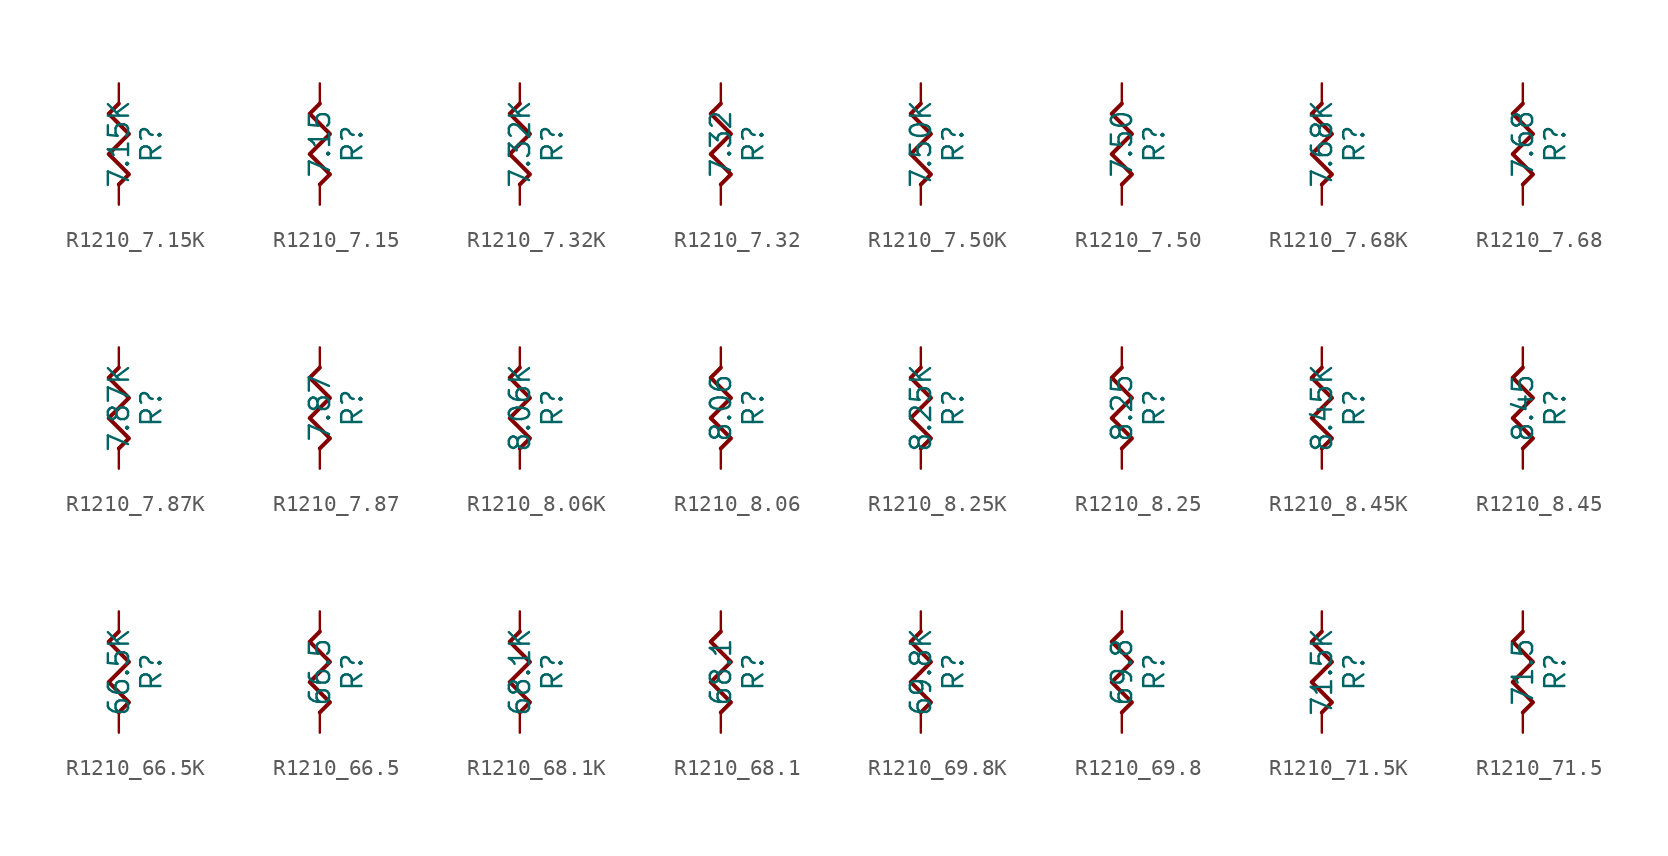
<source format=kicad_sym>
(kicad_symbol_lib
  (version 20211014)
  (generator atlantix-eda)
  (symbol "R1210_7.15K"
    (pin_numbers hide)
    (pin_names
      (offset 0))
    (property "Reference" "R"
      (at 2.032 0 90)
      (effects (font (size 1.27 1.27))))
    (property "Value" "7.15K"
      (at 0 0 90)
      (effects (font (size 1.27 1.27))))
    (symbol "R1210_7.15K_0_1"
      (polyline (pts (xy 0 -2.54) (xy 0.635 -1.905) (xy -0.635 -0.635) (xy 0.635 0.635) (xy -0.635 1.905) (xy 0 2.54)) (stroke (width 0.254) (type default) (color 0 0 0 0)) (fill (type none))))
    (symbol "R1210_7.15K_1_1"
      (pin passive line (at 0 3.81 270) (length 1.27) (name "~" (effects (font (size 1.27 1.27)))) (number "1" (effects (font (size 1.27 1.27)))))
      (pin passive line (at 0 -3.81 90) (length 1.27) (name "~" (effects (font (size 1.27 1.27)))) (number "2" (effects (font (size 1.27 1.27)))))))
  (symbol "R1210_7.15"
    (pin_numbers hide)
    (pin_names
      (offset 0))
    (property "Reference" "R"
      (at 2.032 0 90)
      (effects (font (size 1.27 1.27))))
    (property "Value" "7.15"
      (at 0 0 90)
      (effects (font (size 1.27 1.27))))
    (symbol "R1210_7.15_0_1"
      (polyline (pts (xy 0 -2.54) (xy 0.635 -1.905) (xy -0.635 -0.635) (xy 0.635 0.635) (xy -0.635 1.905) (xy 0 2.54)) (stroke (width 0.254) (type default) (color 0 0 0 0)) (fill (type none))))
    (symbol "R1210_7.15_1_1"
      (pin passive line (at 0 3.81 270) (length 1.27) (name "~" (effects (font (size 1.27 1.27)))) (number "1" (effects (font (size 1.27 1.27)))))
      (pin passive line (at 0 -3.81 90) (length 1.27) (name "~" (effects (font (size 1.27 1.27)))) (number "2" (effects (font (size 1.27 1.27)))))))
  (symbol "R1210_7.32K"
    (pin_numbers hide)
    (pin_names
      (offset 0))
    (property "Reference" "R"
      (at 2.032 0 90)
      (effects (font (size 1.27 1.27))))
    (property "Value" "7.32K"
      (at 0 0 90)
      (effects (font (size 1.27 1.27))))
    (symbol "R1210_7.32K_0_1"
      (polyline (pts (xy 0 -2.54) (xy 0.635 -1.905) (xy -0.635 -0.635) (xy 0.635 0.635) (xy -0.635 1.905) (xy 0 2.54)) (stroke (width 0.254) (type default) (color 0 0 0 0)) (fill (type none))))
    (symbol "R1210_7.32K_1_1"
      (pin passive line (at 0 3.81 270) (length 1.27) (name "~" (effects (font (size 1.27 1.27)))) (number "1" (effects (font (size 1.27 1.27)))))
      (pin passive line (at 0 -3.81 90) (length 1.27) (name "~" (effects (font (size 1.27 1.27)))) (number "2" (effects (font (size 1.27 1.27)))))))
  (symbol "R1210_7.32"
    (pin_numbers hide)
    (pin_names
      (offset 0))
    (property "Reference" "R"
      (at 2.032 0 90)
      (effects (font (size 1.27 1.27))))
    (property "Value" "7.32"
      (at 0 0 90)
      (effects (font (size 1.27 1.27))))
    (symbol "R1210_7.32_0_1"
      (polyline (pts (xy 0 -2.54) (xy 0.635 -1.905) (xy -0.635 -0.635) (xy 0.635 0.635) (xy -0.635 1.905) (xy 0 2.54)) (stroke (width 0.254) (type default) (color 0 0 0 0)) (fill (type none))))
    (symbol "R1210_7.32_1_1"
      (pin passive line (at 0 3.81 270) (length 1.27) (name "~" (effects (font (size 1.27 1.27)))) (number "1" (effects (font (size 1.27 1.27)))))
      (pin passive line (at 0 -3.81 90) (length 1.27) (name "~" (effects (font (size 1.27 1.27)))) (number "2" (effects (font (size 1.27 1.27)))))))
  (symbol "R1210_7.50K"
    (pin_numbers hide)
    (pin_names
      (offset 0))
    (property "Reference" "R"
      (at 2.032 0 90)
      (effects (font (size 1.27 1.27))))
    (property "Value" "7.50K"
      (at 0 0 90)
      (effects (font (size 1.27 1.27))))
    (symbol "R1210_7.50K_0_1"
      (polyline (pts (xy 0 -2.54) (xy 0.635 -1.905) (xy -0.635 -0.635) (xy 0.635 0.635) (xy -0.635 1.905) (xy 0 2.54)) (stroke (width 0.254) (type default) (color 0 0 0 0)) (fill (type none))))
    (symbol "R1210_7.50K_1_1"
      (pin passive line (at 0 3.81 270) (length 1.27) (name "~" (effects (font (size 1.27 1.27)))) (number "1" (effects (font (size 1.27 1.27)))))
      (pin passive line (at 0 -3.81 90) (length 1.27) (name "~" (effects (font (size 1.27 1.27)))) (number "2" (effects (font (size 1.27 1.27)))))))
  (symbol "R1210_7.50"
    (pin_numbers hide)
    (pin_names
      (offset 0))
    (property "Reference" "R"
      (at 2.032 0 90)
      (effects (font (size 1.27 1.27))))
    (property "Value" "7.50"
      (at 0 0 90)
      (effects (font (size 1.27 1.27))))
    (symbol "R1210_7.50_0_1"
      (polyline (pts (xy 0 -2.54) (xy 0.635 -1.905) (xy -0.635 -0.635) (xy 0.635 0.635) (xy -0.635 1.905) (xy 0 2.54)) (stroke (width 0.254) (type default) (color 0 0 0 0)) (fill (type none))))
    (symbol "R1210_7.50_1_1"
      (pin passive line (at 0 3.81 270) (length 1.27) (name "~" (effects (font (size 1.27 1.27)))) (number "1" (effects (font (size 1.27 1.27)))))
      (pin passive line (at 0 -3.81 90) (length 1.27) (name "~" (effects (font (size 1.27 1.27)))) (number "2" (effects (font (size 1.27 1.27)))))))
  (symbol "R1210_7.68K"
    (pin_numbers hide)
    (pin_names
      (offset 0))
    (property "Reference" "R"
      (at 2.032 0 90)
      (effects (font (size 1.27 1.27))))
    (property "Value" "7.68K"
      (at 0 0 90)
      (effects (font (size 1.27 1.27))))
    (symbol "R1210_7.68K_0_1"
      (polyline (pts (xy 0 -2.54) (xy 0.635 -1.905) (xy -0.635 -0.635) (xy 0.635 0.635) (xy -0.635 1.905) (xy 0 2.54)) (stroke (width 0.254) (type default) (color 0 0 0 0)) (fill (type none))))
    (symbol "R1210_7.68K_1_1"
      (pin passive line (at 0 3.81 270) (length 1.27) (name "~" (effects (font (size 1.27 1.27)))) (number "1" (effects (font (size 1.27 1.27)))))
      (pin passive line (at 0 -3.81 90) (length 1.27) (name "~" (effects (font (size 1.27 1.27)))) (number "2" (effects (font (size 1.27 1.27)))))))
  (symbol "R1210_7.68"
    (pin_numbers hide)
    (pin_names
      (offset 0))
    (property "Reference" "R"
      (at 2.032 0 90)
      (effects (font (size 1.27 1.27))))
    (property "Value" "7.68"
      (at 0 0 90)
      (effects (font (size 1.27 1.27))))
    (symbol "R1210_7.68_0_1"
      (polyline (pts (xy 0 -2.54) (xy 0.635 -1.905) (xy -0.635 -0.635) (xy 0.635 0.635) (xy -0.635 1.905) (xy 0 2.54)) (stroke (width 0.254) (type default) (color 0 0 0 0)) (fill (type none))))
    (symbol "R1210_7.68_1_1"
      (pin passive line (at 0 3.81 270) (length 1.27) (name "~" (effects (font (size 1.27 1.27)))) (number "1" (effects (font (size 1.27 1.27)))))
      (pin passive line (at 0 -3.81 90) (length 1.27) (name "~" (effects (font (size 1.27 1.27)))) (number "2" (effects (font (size 1.27 1.27)))))))
  (symbol "R1210_7.87K"
    (pin_numbers hide)
    (pin_names
      (offset 0))
    (property "Reference" "R"
      (at 2.032 0 90)
      (effects (font (size 1.27 1.27))))
    (property "Value" "7.87K"
      (at 0 0 90)
      (effects (font (size 1.27 1.27))))
    (symbol "R1210_7.87K_0_1"
      (polyline (pts (xy 0 -2.54) (xy 0.635 -1.905) (xy -0.635 -0.635) (xy 0.635 0.635) (xy -0.635 1.905) (xy 0 2.54)) (stroke (width 0.254) (type default) (color 0 0 0 0)) (fill (type none))))
    (symbol "R1210_7.87K_1_1"
      (pin passive line (at 0 3.81 270) (length 1.27) (name "~" (effects (font (size 1.27 1.27)))) (number "1" (effects (font (size 1.27 1.27)))))
      (pin passive line (at 0 -3.81 90) (length 1.27) (name "~" (effects (font (size 1.27 1.27)))) (number "2" (effects (font (size 1.27 1.27)))))))
  (symbol "R1210_7.87"
    (pin_numbers hide)
    (pin_names
      (offset 0))
    (property "Reference" "R"
      (at 2.032 0 90)
      (effects (font (size 1.27 1.27))))
    (property "Value" "7.87"
      (at 0 0 90)
      (effects (font (size 1.27 1.27))))
    (symbol "R1210_7.87_0_1"
      (polyline (pts (xy 0 -2.54) (xy 0.635 -1.905) (xy -0.635 -0.635) (xy 0.635 0.635) (xy -0.635 1.905) (xy 0 2.54)) (stroke (width 0.254) (type default) (color 0 0 0 0)) (fill (type none))))
    (symbol "R1210_7.87_1_1"
      (pin passive line (at 0 3.81 270) (length 1.27) (name "~" (effects (font (size 1.27 1.27)))) (number "1" (effects (font (size 1.27 1.27)))))
      (pin passive line (at 0 -3.81 90) (length 1.27) (name "~" (effects (font (size 1.27 1.27)))) (number "2" (effects (font (size 1.27 1.27)))))))
  (symbol "R1210_8.06K"
    (pin_numbers hide)
    (pin_names
      (offset 0))
    (property "Reference" "R"
      (at 2.032 0 90)
      (effects (font (size 1.27 1.27))))
    (property "Value" "8.06K"
      (at 0 0 90)
      (effects (font (size 1.27 1.27))))
    (symbol "R1210_8.06K_0_1"
      (polyline (pts (xy 0 -2.54) (xy 0.635 -1.905) (xy -0.635 -0.635) (xy 0.635 0.635) (xy -0.635 1.905) (xy 0 2.54)) (stroke (width 0.254) (type default) (color 0 0 0 0)) (fill (type none))))
    (symbol "R1210_8.06K_1_1"
      (pin passive line (at 0 3.81 270) (length 1.27) (name "~" (effects (font (size 1.27 1.27)))) (number "1" (effects (font (size 1.27 1.27)))))
      (pin passive line (at 0 -3.81 90) (length 1.27) (name "~" (effects (font (size 1.27 1.27)))) (number "2" (effects (font (size 1.27 1.27)))))))
  (symbol "R1210_8.06"
    (pin_numbers hide)
    (pin_names
      (offset 0))
    (property "Reference" "R"
      (at 2.032 0 90)
      (effects (font (size 1.27 1.27))))
    (property "Value" "8.06"
      (at 0 0 90)
      (effects (font (size 1.27 1.27))))
    (symbol "R1210_8.06_0_1"
      (polyline (pts (xy 0 -2.54) (xy 0.635 -1.905) (xy -0.635 -0.635) (xy 0.635 0.635) (xy -0.635 1.905) (xy 0 2.54)) (stroke (width 0.254) (type default) (color 0 0 0 0)) (fill (type none))))
    (symbol "R1210_8.06_1_1"
      (pin passive line (at 0 3.81 270) (length 1.27) (name "~" (effects (font (size 1.27 1.27)))) (number "1" (effects (font (size 1.27 1.27)))))
      (pin passive line (at 0 -3.81 90) (length 1.27) (name "~" (effects (font (size 1.27 1.27)))) (number "2" (effects (font (size 1.27 1.27)))))))
  (symbol "R1210_8.25K"
    (pin_numbers hide)
    (pin_names
      (offset 0))
    (property "Reference" "R"
      (at 2.032 0 90)
      (effects (font (size 1.27 1.27))))
    (property "Value" "8.25K"
      (at 0 0 90)
      (effects (font (size 1.27 1.27))))
    (symbol "R1210_8.25K_0_1"
      (polyline (pts (xy 0 -2.54) (xy 0.635 -1.905) (xy -0.635 -0.635) (xy 0.635 0.635) (xy -0.635 1.905) (xy 0 2.54)) (stroke (width 0.254) (type default) (color 0 0 0 0)) (fill (type none))))
    (symbol "R1210_8.25K_1_1"
      (pin passive line (at 0 3.81 270) (length 1.27) (name "~" (effects (font (size 1.27 1.27)))) (number "1" (effects (font (size 1.27 1.27)))))
      (pin passive line (at 0 -3.81 90) (length 1.27) (name "~" (effects (font (size 1.27 1.27)))) (number "2" (effects (font (size 1.27 1.27)))))))
  (symbol "R1210_8.25"
    (pin_numbers hide)
    (pin_names
      (offset 0))
    (property "Reference" "R"
      (at 2.032 0 90)
      (effects (font (size 1.27 1.27))))
    (property "Value" "8.25"
      (at 0 0 90)
      (effects (font (size 1.27 1.27))))
    (symbol "R1210_8.25_0_1"
      (polyline (pts (xy 0 -2.54) (xy 0.635 -1.905) (xy -0.635 -0.635) (xy 0.635 0.635) (xy -0.635 1.905) (xy 0 2.54)) (stroke (width 0.254) (type default) (color 0 0 0 0)) (fill (type none))))
    (symbol "R1210_8.25_1_1"
      (pin passive line (at 0 3.81 270) (length 1.27) (name "~" (effects (font (size 1.27 1.27)))) (number "1" (effects (font (size 1.27 1.27)))))
      (pin passive line (at 0 -3.81 90) (length 1.27) (name "~" (effects (font (size 1.27 1.27)))) (number "2" (effects (font (size 1.27 1.27)))))))
  (symbol "R1210_8.45K"
    (pin_numbers hide)
    (pin_names
      (offset 0))
    (property "Reference" "R"
      (at 2.032 0 90)
      (effects (font (size 1.27 1.27))))
    (property "Value" "8.45K"
      (at 0 0 90)
      (effects (font (size 1.27 1.27))))
    (symbol "R1210_8.45K_0_1"
      (polyline (pts (xy 0 -2.54) (xy 0.635 -1.905) (xy -0.635 -0.635) (xy 0.635 0.635) (xy -0.635 1.905) (xy 0 2.54)) (stroke (width 0.254) (type default) (color 0 0 0 0)) (fill (type none))))
    (symbol "R1210_8.45K_1_1"
      (pin passive line (at 0 3.81 270) (length 1.27) (name "~" (effects (font (size 1.27 1.27)))) (number "1" (effects (font (size 1.27 1.27)))))
      (pin passive line (at 0 -3.81 90) (length 1.27) (name "~" (effects (font (size 1.27 1.27)))) (number "2" (effects (font (size 1.27 1.27)))))))
  (symbol "R1210_8.45"
    (pin_numbers hide)
    (pin_names
      (offset 0))
    (property "Reference" "R"
      (at 2.032 0 90)
      (effects (font (size 1.27 1.27))))
    (property "Value" "8.45"
      (at 0 0 90)
      (effects (font (size 1.27 1.27))))
    (symbol "R1210_8.45_0_1"
      (polyline (pts (xy 0 -2.54) (xy 0.635 -1.905) (xy -0.635 -0.635) (xy 0.635 0.635) (xy -0.635 1.905) (xy 0 2.54)) (stroke (width 0.254) (type default) (color 0 0 0 0)) (fill (type none))))
    (symbol "R1210_8.45_1_1"
      (pin passive line (at 0 3.81 270) (length 1.27) (name "~" (effects (font (size 1.27 1.27)))) (number "1" (effects (font (size 1.27 1.27)))))
      (pin passive line (at 0 -3.81 90) (length 1.27) (name "~" (effects (font (size 1.27 1.27)))) (number "2" (effects (font (size 1.27 1.27)))))))
  (symbol "R1210_66.5K"
    (pin_numbers hide)
    (pin_names
      (offset 0))
    (property "Reference" "R"
      (at 2.032 0 90)
      (effects (font (size 1.27 1.27))))
    (property "Value" "66.5K"
      (at 0 0 90)
      (effects (font (size 1.27 1.27))))
    (symbol "R1210_66.5K_0_1"
      (polyline (pts (xy 0 -2.54) (xy 0.635 -1.905) (xy -0.635 -0.635) (xy 0.635 0.635) (xy -0.635 1.905) (xy 0 2.54)) (stroke (width 0.254) (type default) (color 0 0 0 0)) (fill (type none))))
    (symbol "R1210_66.5K_1_1"
      (pin passive line (at 0 3.81 270) (length 1.27) (name "~" (effects (font (size 1.27 1.27)))) (number "1" (effects (font (size 1.27 1.27)))))
      (pin passive line (at 0 -3.81 90) (length 1.27) (name "~" (effects (font (size 1.27 1.27)))) (number "2" (effects (font (size 1.27 1.27)))))))
  (symbol "R1210_66.5"
    (pin_numbers hide)
    (pin_names
      (offset 0))
    (property "Reference" "R"
      (at 2.032 0 90)
      (effects (font (size 1.27 1.27))))
    (property "Value" "66.5"
      (at 0 0 90)
      (effects (font (size 1.27 1.27))))
    (symbol "R1210_66.5_0_1"
      (polyline (pts (xy 0 -2.54) (xy 0.635 -1.905) (xy -0.635 -0.635) (xy 0.635 0.635) (xy -0.635 1.905) (xy 0 2.54)) (stroke (width 0.254) (type default) (color 0 0 0 0)) (fill (type none))))
    (symbol "R1210_66.5_1_1"
      (pin passive line (at 0 3.81 270) (length 1.27) (name "~" (effects (font (size 1.27 1.27)))) (number "1" (effects (font (size 1.27 1.27)))))
      (pin passive line (at 0 -3.81 90) (length 1.27) (name "~" (effects (font (size 1.27 1.27)))) (number "2" (effects (font (size 1.27 1.27)))))))
  (symbol "R1210_68.1K"
    (pin_numbers hide)
    (pin_names
      (offset 0))
    (property "Reference" "R"
      (at 2.032 0 90)
      (effects (font (size 1.27 1.27))))
    (property "Value" "68.1K"
      (at 0 0 90)
      (effects (font (size 1.27 1.27))))
    (symbol "R1210_68.1K_0_1"
      (polyline (pts (xy 0 -2.54) (xy 0.635 -1.905) (xy -0.635 -0.635) (xy 0.635 0.635) (xy -0.635 1.905) (xy 0 2.54)) (stroke (width 0.254) (type default) (color 0 0 0 0)) (fill (type none))))
    (symbol "R1210_68.1K_1_1"
      (pin passive line (at 0 3.81 270) (length 1.27) (name "~" (effects (font (size 1.27 1.27)))) (number "1" (effects (font (size 1.27 1.27)))))
      (pin passive line (at 0 -3.81 90) (length 1.27) (name "~" (effects (font (size 1.27 1.27)))) (number "2" (effects (font (size 1.27 1.27)))))))
  (symbol "R1210_68.1"
    (pin_numbers hide)
    (pin_names
      (offset 0))
    (property "Reference" "R"
      (at 2.032 0 90)
      (effects (font (size 1.27 1.27))))
    (property "Value" "68.1"
      (at 0 0 90)
      (effects (font (size 1.27 1.27))))
    (symbol "R1210_68.1_0_1"
      (polyline (pts (xy 0 -2.54) (xy 0.635 -1.905) (xy -0.635 -0.635) (xy 0.635 0.635) (xy -0.635 1.905) (xy 0 2.54)) (stroke (width 0.254) (type default) (color 0 0 0 0)) (fill (type none))))
    (symbol "R1210_68.1_1_1"
      (pin passive line (at 0 3.81 270) (length 1.27) (name "~" (effects (font (size 1.27 1.27)))) (number "1" (effects (font (size 1.27 1.27)))))
      (pin passive line (at 0 -3.81 90) (length 1.27) (name "~" (effects (font (size 1.27 1.27)))) (number "2" (effects (font (size 1.27 1.27)))))))
  (symbol "R1210_69.8K"
    (pin_numbers hide)
    (pin_names
      (offset 0))
    (property "Reference" "R"
      (at 2.032 0 90)
      (effects (font (size 1.27 1.27))))
    (property "Value" "69.8K"
      (at 0 0 90)
      (effects (font (size 1.27 1.27))))
    (symbol "R1210_69.8K_0_1"
      (polyline (pts (xy 0 -2.54) (xy 0.635 -1.905) (xy -0.635 -0.635) (xy 0.635 0.635) (xy -0.635 1.905) (xy 0 2.54)) (stroke (width 0.254) (type default) (color 0 0 0 0)) (fill (type none))))
    (symbol "R1210_69.8K_1_1"
      (pin passive line (at 0 3.81 270) (length 1.27) (name "~" (effects (font (size 1.27 1.27)))) (number "1" (effects (font (size 1.27 1.27)))))
      (pin passive line (at 0 -3.81 90) (length 1.27) (name "~" (effects (font (size 1.27 1.27)))) (number "2" (effects (font (size 1.27 1.27)))))))
  (symbol "R1210_69.8"
    (pin_numbers hide)
    (pin_names
      (offset 0))
    (property "Reference" "R"
      (at 2.032 0 90)
      (effects (font (size 1.27 1.27))))
    (property "Value" "69.8"
      (at 0 0 90)
      (effects (font (size 1.27 1.27))))
    (symbol "R1210_69.8_0_1"
      (polyline (pts (xy 0 -2.54) (xy 0.635 -1.905) (xy -0.635 -0.635) (xy 0.635 0.635) (xy -0.635 1.905) (xy 0 2.54)) (stroke (width 0.254) (type default) (color 0 0 0 0)) (fill (type none))))
    (symbol "R1210_69.8_1_1"
      (pin passive line (at 0 3.81 270) (length 1.27) (name "~" (effects (font (size 1.27 1.27)))) (number "1" (effects (font (size 1.27 1.27)))))
      (pin passive line (at 0 -3.81 90) (length 1.27) (name "~" (effects (font (size 1.27 1.27)))) (number "2" (effects (font (size 1.27 1.27)))))))
  (symbol "R1210_71.5K"
    (pin_numbers hide)
    (pin_names
      (offset 0))
    (property "Reference" "R"
      (at 2.032 0 90)
      (effects (font (size 1.27 1.27))))
    (property "Value" "71.5K"
      (at 0 0 90)
      (effects (font (size 1.27 1.27))))
    (symbol "R1210_71.5K_0_1"
      (polyline (pts (xy 0 -2.54) (xy 0.635 -1.905) (xy -0.635 -0.635) (xy 0.635 0.635) (xy -0.635 1.905) (xy 0 2.54)) (stroke (width 0.254) (type default) (color 0 0 0 0)) (fill (type none))))
    (symbol "R1210_71.5K_1_1"
      (pin passive line (at 0 3.81 270) (length 1.27) (name "~" (effects (font (size 1.27 1.27)))) (number "1" (effects (font (size 1.27 1.27)))))
      (pin passive line (at 0 -3.81 90) (length 1.27) (name "~" (effects (font (size 1.27 1.27)))) (number "2" (effects (font (size 1.27 1.27)))))))
  (symbol "R1210_71.5"
    (pin_numbers hide)
    (pin_names
      (offset 0))
    (property "Reference" "R"
      (at 2.032 0 90)
      (effects (font (size 1.27 1.27))))
    (property "Value" "71.5"
      (at 0 0 90)
      (effects (font (size 1.27 1.27))))
    (symbol "R1210_71.5_0_1"
      (polyline (pts (xy 0 -2.54) (xy 0.635 -1.905) (xy -0.635 -0.635) (xy 0.635 0.635) (xy -0.635 1.905) (xy 0 2.54)) (stroke (width 0.254) (type default) (color 0 0 0 0)) (fill (type none))))
    (symbol "R1210_71.5_1_1"
      (pin passive line (at 0 3.81 270) (length 1.27) (name "~" (effects (font (size 1.27 1.27)))) (number "1" (effects (font (size 1.27 1.27)))))
      (pin passive line (at 0 -3.81 90) (length 1.27) (name "~" (effects (font (size 1.27 1.27)))) (number "2" (effects (font (size 1.27 1.27))))))))
</source>
